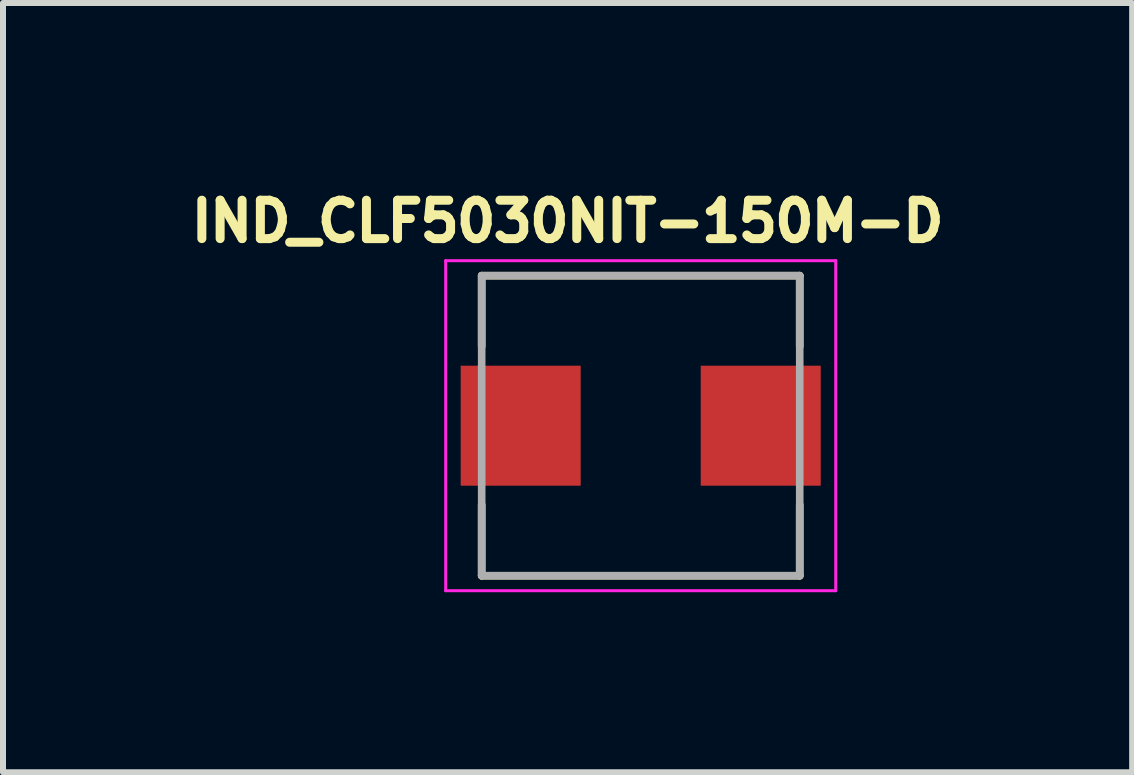
<source format=kicad_pcb>
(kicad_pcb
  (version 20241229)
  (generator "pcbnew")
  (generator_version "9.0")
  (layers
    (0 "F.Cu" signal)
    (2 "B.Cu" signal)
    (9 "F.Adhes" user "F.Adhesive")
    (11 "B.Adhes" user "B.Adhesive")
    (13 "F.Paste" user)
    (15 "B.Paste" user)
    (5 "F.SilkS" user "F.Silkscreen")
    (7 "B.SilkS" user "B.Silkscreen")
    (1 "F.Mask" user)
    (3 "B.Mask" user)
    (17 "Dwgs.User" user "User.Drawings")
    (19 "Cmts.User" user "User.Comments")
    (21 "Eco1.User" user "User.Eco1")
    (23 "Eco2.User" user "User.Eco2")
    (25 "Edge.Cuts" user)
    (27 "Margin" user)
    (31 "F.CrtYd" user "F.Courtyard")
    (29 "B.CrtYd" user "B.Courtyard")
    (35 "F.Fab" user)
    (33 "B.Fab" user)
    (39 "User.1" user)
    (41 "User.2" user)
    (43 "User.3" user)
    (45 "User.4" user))
  (footprint "IND_CLF5030NIT-150M-D"
    (layer "F.Cu")
    (at 7.627 4.044)
    (property "Reference" "IND_CLF5030NIT-150M-D" (at -1.218 -3.406 0) (layer "F.SilkS") (effects (font (size 0.64 0.64) (thickness 0.15))))
    (attr smd)
    (fp_line (start -2.65 -2.5) (end -2.65 -1.32) (stroke (width 0.127) (type solid)) (layer "F.SilkS"))
    (fp_line (start -2.65 -2.5) (end 2.65 -2.5) (stroke (width 0.127) (type solid)) (layer "F.SilkS"))
    (fp_line (start -2.65 2.5) (end -2.65 1.32) (stroke (width 0.127) (type solid)) (layer "F.SilkS"))
    (fp_line (start -2.65 2.5) (end 2.65 2.5) (stroke (width 0.127) (type solid)) (layer "F.SilkS"))
    (fp_line (start 2.65 -2.5) (end 2.65 -1.32) (stroke (width 0.127) (type solid)) (layer "F.SilkS"))
    (fp_line (start 2.65 2.5) (end 2.65 1.32) (stroke (width 0.127) (type solid)) (layer "F.SilkS"))
    (fp_line (start -3.25 -2.75) (end -3.25 2.75) (stroke (width 0.05) (type solid)) (layer "F.CrtYd"))
    (fp_line (start -3.25 2.75) (end 3.25 2.75) (stroke (width 0.05) (type solid)) (layer "F.CrtYd"))
    (fp_line (start 3.25 -2.75) (end -3.25 -2.75) (stroke (width 0.05) (type solid)) (layer "F.CrtYd"))
    (fp_line (start 3.25 2.75) (end 3.25 -2.75) (stroke (width 0.05) (type solid)) (layer "F.CrtYd"))
    (fp_line (start -2.65 -2.5) (end -2.65 2.5) (stroke (width 0.127) (type solid)) (layer "F.Fab"))
    (fp_line (start -2.65 -2.5) (end 2.65 -2.5) (stroke (width 0.127) (type solid)) (layer "F.Fab"))
    (fp_line (start -2.65 2.5) (end 2.65 2.5) (stroke (width 0.127) (type solid)) (layer "F.Fab"))
    (fp_line (start 2.65 -2.5) (end 2.65 2.5) (stroke (width 0.127) (type solid)) (layer "F.Fab"))
    (pad "1" smd rect (at -2 0) (size 2 2) (layers "F.Cu" "F.Mask" "F.Paste"))
    (pad "2" smd rect (at 2 0) (size 2 2) (layers "F.Cu" "F.Mask" "F.Paste")))
  (gr_rect
    (start -3 -3)
    (end 15.817 9.819)
    (stroke (width 0.1) (type default))
    (fill no)
    (layer "Edge.Cuts")))
</source>
